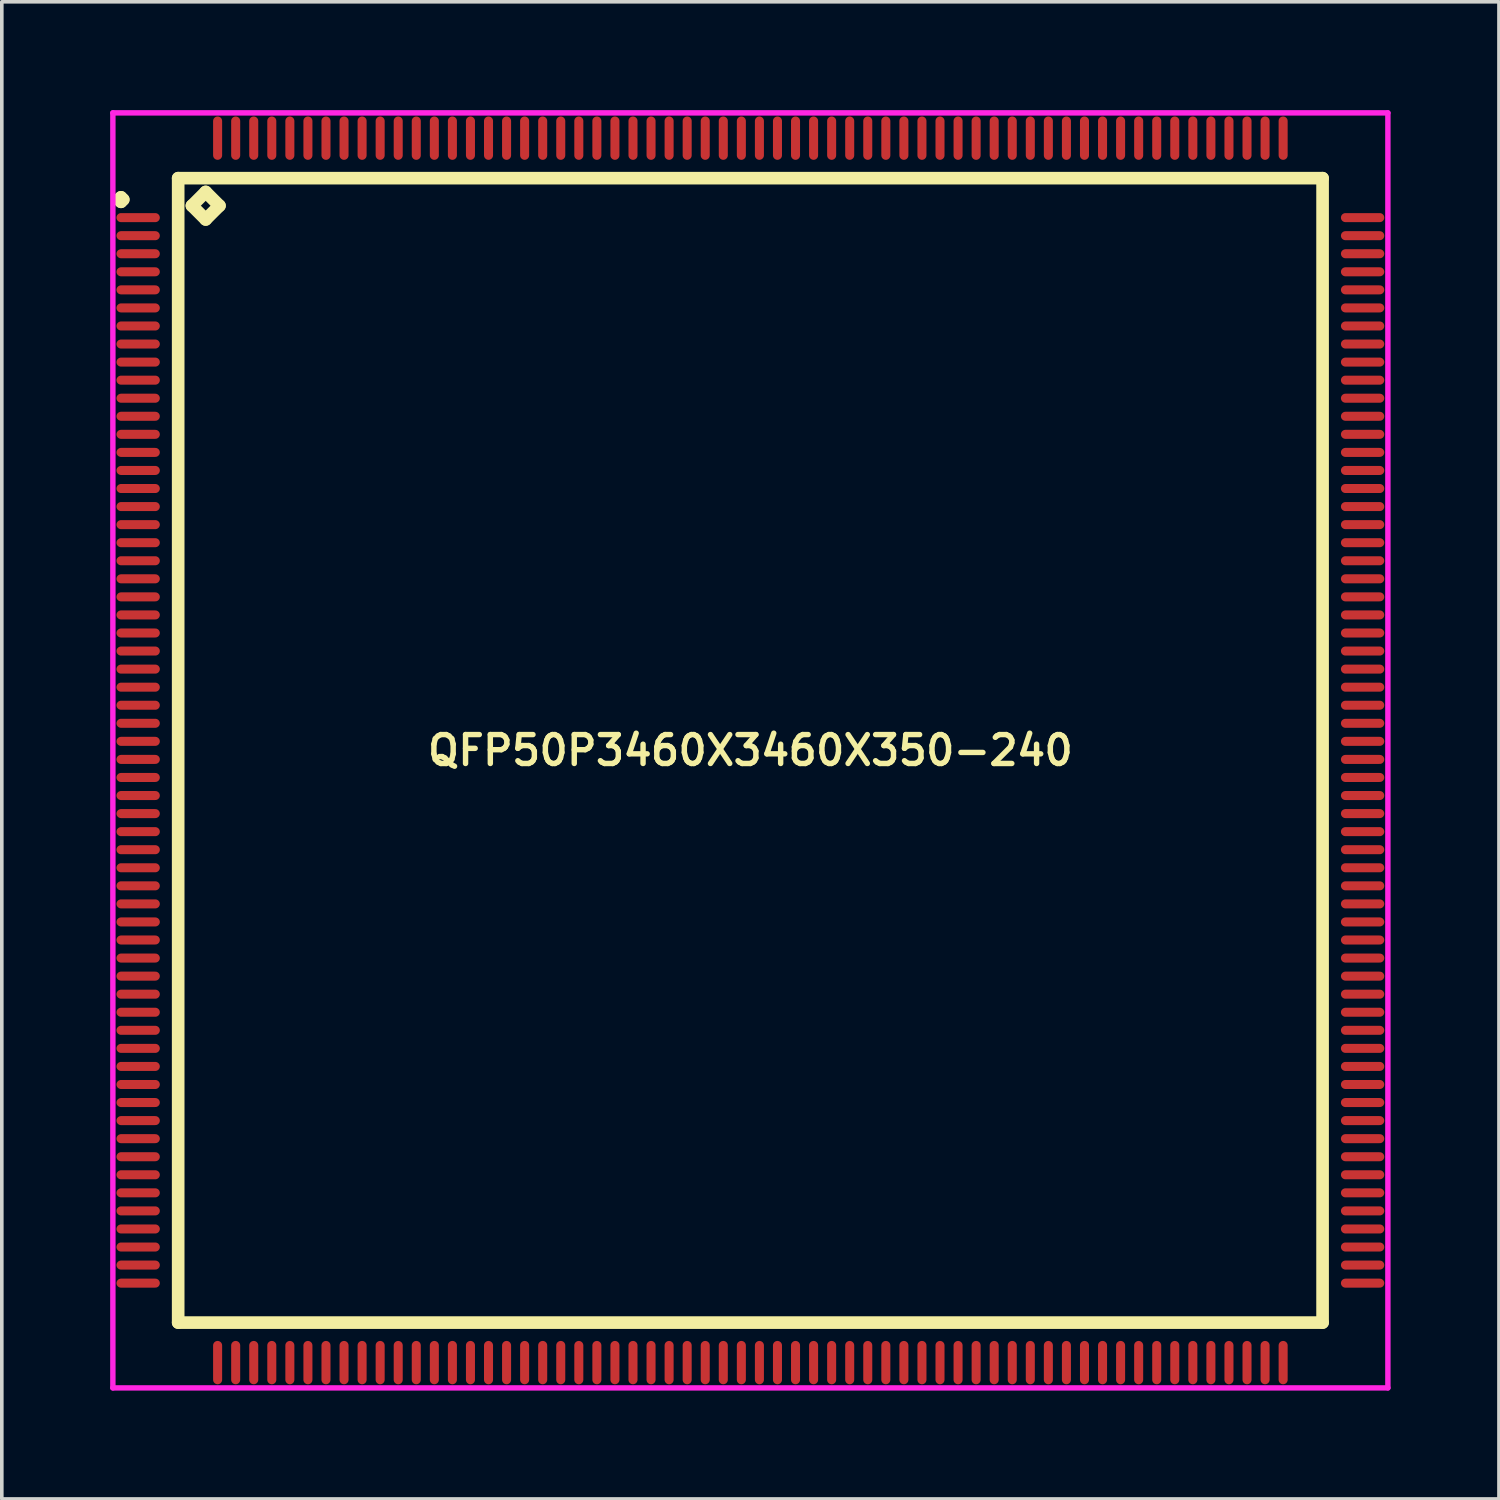
<source format=kicad_pcb>
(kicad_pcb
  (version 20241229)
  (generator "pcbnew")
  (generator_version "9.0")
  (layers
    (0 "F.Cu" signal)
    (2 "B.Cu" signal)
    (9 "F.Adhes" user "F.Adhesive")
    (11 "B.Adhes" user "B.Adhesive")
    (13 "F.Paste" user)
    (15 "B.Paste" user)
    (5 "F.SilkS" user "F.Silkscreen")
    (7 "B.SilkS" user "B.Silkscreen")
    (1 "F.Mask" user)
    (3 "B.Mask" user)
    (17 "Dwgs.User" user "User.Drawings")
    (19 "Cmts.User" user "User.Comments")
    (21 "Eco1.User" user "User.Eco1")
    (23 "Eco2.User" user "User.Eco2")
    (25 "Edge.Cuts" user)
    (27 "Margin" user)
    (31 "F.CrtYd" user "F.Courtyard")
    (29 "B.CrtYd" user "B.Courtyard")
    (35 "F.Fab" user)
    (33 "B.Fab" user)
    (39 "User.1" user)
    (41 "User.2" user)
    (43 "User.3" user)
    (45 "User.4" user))
  (footprint "QFP50P3460X3460X350-240"
    (layer "F.Cu")
    (at 17.725 17.725)
    (property "Reference" "QFP50P3460X3460X350-240" (at 0 0 0) (layer "F.SilkS") (effects (font (size 0.8 0.8) (thickness 0.15))))
    (attr smd)
    (fp_line (start -17.488 -15.25) (end -17.425 -15.312) (stroke (width 0.35) (type solid)) (layer "F.SilkS"))
    (fp_line (start -17.425 -15.312) (end -17.363 -15.25) (stroke (width 0.35) (type solid)) (layer "F.SilkS"))
    (fp_line (start -17.425 -15.188) (end -17.488 -15.25) (stroke (width 0.35) (type solid)) (layer "F.SilkS"))
    (fp_line (start -17.363 -15.25) (end -17.425 -15.188) (stroke (width 0.35) (type solid)) (layer "F.SilkS"))
    (fp_line (start -15.842 -15.842) (end -15.842 15.842) (stroke (width 0.35) (type solid)) (layer "F.SilkS"))
    (fp_line (start -15.842 15.842) (end 15.842 15.842) (stroke (width 0.35) (type solid)) (layer "F.SilkS"))
    (fp_line (start -15.461 -15.08) (end -15.08 -15.461) (stroke (width 0.35) (type solid)) (layer "F.SilkS"))
    (fp_line (start -15.08 -15.461) (end -14.699 -15.08) (stroke (width 0.35) (type solid)) (layer "F.SilkS"))
    (fp_line (start -15.08 -14.699) (end -15.461 -15.08) (stroke (width 0.35) (type solid)) (layer "F.SilkS"))
    (fp_line (start -14.699 -15.08) (end -15.08 -14.699) (stroke (width 0.35) (type solid)) (layer "F.SilkS"))
    (fp_line (start 15.842 -15.842) (end -15.842 -15.842) (stroke (width 0.35) (type solid)) (layer "F.SilkS"))
    (fp_line (start 15.842 15.842) (end 15.842 -15.842) (stroke (width 0.35) (type solid)) (layer "F.SilkS"))
    (fp_line (start -17.65 -17.65) (end 17.65 -17.65) (stroke (width 0.15) (type solid)) (layer "F.CrtYd"))
    (fp_line (start -17.65 17.65) (end -17.65 -17.65) (stroke (width 0.15) (type solid)) (layer "F.CrtYd"))
    (fp_line (start 17.65 -17.65) (end 17.65 17.65) (stroke (width 0.15) (type solid)) (layer "F.CrtYd"))
    (fp_line (start 17.65 17.65) (end -17.65 17.65) (stroke (width 0.15) (type solid)) (layer "F.CrtYd"))
    (pad "1" smd oval (at -16.95 -14.75) (size 1.2 0.25) (layers "F.Cu" "F.Mask" "F.Paste"))
    (pad "2" smd oval (at -16.95 -14.25) (size 1.2 0.25) (layers "F.Cu" "F.Mask" "F.Paste"))
    (pad "3" smd oval (at -16.95 -13.75) (size 1.2 0.25) (layers "F.Cu" "F.Mask" "F.Paste"))
    (pad "4" smd oval (at -16.95 -13.25) (size 1.2 0.25) (layers "F.Cu" "F.Mask" "F.Paste"))
    (pad "5" smd oval (at -16.95 -12.75) (size 1.2 0.25) (layers "F.Cu" "F.Mask" "F.Paste"))
    (pad "6" smd oval (at -16.95 -12.25) (size 1.2 0.25) (layers "F.Cu" "F.Mask" "F.Paste"))
    (pad "7" smd oval (at -16.95 -11.75) (size 1.2 0.25) (layers "F.Cu" "F.Mask" "F.Paste"))
    (pad "8" smd oval (at -16.95 -11.25) (size 1.2 0.25) (layers "F.Cu" "F.Mask" "F.Paste"))
    (pad "9" smd oval (at -16.95 -10.75) (size 1.2 0.25) (layers "F.Cu" "F.Mask" "F.Paste"))
    (pad "10" smd oval (at -16.95 -10.25) (size 1.2 0.25) (layers "F.Cu" "F.Mask" "F.Paste"))
    (pad "11" smd oval (at -16.95 -9.75) (size 1.2 0.25) (layers "F.Cu" "F.Mask" "F.Paste"))
    (pad "12" smd oval (at -16.95 -9.25) (size 1.2 0.25) (layers "F.Cu" "F.Mask" "F.Paste"))
    (pad "13" smd oval (at -16.95 -8.75) (size 1.2 0.25) (layers "F.Cu" "F.Mask" "F.Paste"))
    (pad "14" smd oval (at -16.95 -8.25) (size 1.2 0.25) (layers "F.Cu" "F.Mask" "F.Paste"))
    (pad "15" smd oval (at -16.95 -7.75) (size 1.2 0.25) (layers "F.Cu" "F.Mask" "F.Paste"))
    (pad "16" smd oval (at -16.95 -7.25) (size 1.2 0.25) (layers "F.Cu" "F.Mask" "F.Paste"))
    (pad "17" smd oval (at -16.95 -6.75) (size 1.2 0.25) (layers "F.Cu" "F.Mask" "F.Paste"))
    (pad "18" smd oval (at -16.95 -6.25) (size 1.2 0.25) (layers "F.Cu" "F.Mask" "F.Paste"))
    (pad "19" smd oval (at -16.95 -5.75) (size 1.2 0.25) (layers "F.Cu" "F.Mask" "F.Paste"))
    (pad "20" smd oval (at -16.95 -5.25) (size 1.2 0.25) (layers "F.Cu" "F.Mask" "F.Paste"))
    (pad "21" smd oval (at -16.95 -4.75) (size 1.2 0.25) (layers "F.Cu" "F.Mask" "F.Paste"))
    (pad "22" smd oval (at -16.95 -4.25) (size 1.2 0.25) (layers "F.Cu" "F.Mask" "F.Paste"))
    (pad "23" smd oval (at -16.95 -3.75) (size 1.2 0.25) (layers "F.Cu" "F.Mask" "F.Paste"))
    (pad "24" smd oval (at -16.95 -3.25) (size 1.2 0.25) (layers "F.Cu" "F.Mask" "F.Paste"))
    (pad "25" smd oval (at -16.95 -2.75) (size 1.2 0.25) (layers "F.Cu" "F.Mask" "F.Paste"))
    (pad "26" smd oval (at -16.95 -2.25) (size 1.2 0.25) (layers "F.Cu" "F.Mask" "F.Paste"))
    (pad "27" smd oval (at -16.95 -1.75) (size 1.2 0.25) (layers "F.Cu" "F.Mask" "F.Paste"))
    (pad "28" smd oval (at -16.95 -1.25) (size 1.2 0.25) (layers "F.Cu" "F.Mask" "F.Paste"))
    (pad "29" smd oval (at -16.95 -0.75) (size 1.2 0.25) (layers "F.Cu" "F.Mask" "F.Paste"))
    (pad "30" smd oval (at -16.95 -0.25) (size 1.2 0.25) (layers "F.Cu" "F.Mask" "F.Paste"))
    (pad "31" smd oval (at -16.95 0.25) (size 1.2 0.25) (layers "F.Cu" "F.Mask" "F.Paste"))
    (pad "32" smd oval (at -16.95 0.75) (size 1.2 0.25) (layers "F.Cu" "F.Mask" "F.Paste"))
    (pad "33" smd oval (at -16.95 1.25) (size 1.2 0.25) (layers "F.Cu" "F.Mask" "F.Paste"))
    (pad "34" smd oval (at -16.95 1.75) (size 1.2 0.25) (layers "F.Cu" "F.Mask" "F.Paste"))
    (pad "35" smd oval (at -16.95 2.25) (size 1.2 0.25) (layers "F.Cu" "F.Mask" "F.Paste"))
    (pad "36" smd oval (at -16.95 2.75) (size 1.2 0.25) (layers "F.Cu" "F.Mask" "F.Paste"))
    (pad "37" smd oval (at -16.95 3.25) (size 1.2 0.25) (layers "F.Cu" "F.Mask" "F.Paste"))
    (pad "38" smd oval (at -16.95 3.75) (size 1.2 0.25) (layers "F.Cu" "F.Mask" "F.Paste"))
    (pad "39" smd oval (at -16.95 4.25) (size 1.2 0.25) (layers "F.Cu" "F.Mask" "F.Paste"))
    (pad "40" smd oval (at -16.95 4.75) (size 1.2 0.25) (layers "F.Cu" "F.Mask" "F.Paste"))
    (pad "41" smd oval (at -16.95 5.25) (size 1.2 0.25) (layers "F.Cu" "F.Mask" "F.Paste"))
    (pad "42" smd oval (at -16.95 5.75) (size 1.2 0.25) (layers "F.Cu" "F.Mask" "F.Paste"))
    (pad "43" smd oval (at -16.95 6.25) (size 1.2 0.25) (layers "F.Cu" "F.Mask" "F.Paste"))
    (pad "44" smd oval (at -16.95 6.75) (size 1.2 0.25) (layers "F.Cu" "F.Mask" "F.Paste"))
    (pad "45" smd oval (at -16.95 7.25) (size 1.2 0.25) (layers "F.Cu" "F.Mask" "F.Paste"))
    (pad "46" smd oval (at -16.95 7.75) (size 1.2 0.25) (layers "F.Cu" "F.Mask" "F.Paste"))
    (pad "47" smd oval (at -16.95 8.25) (size 1.2 0.25) (layers "F.Cu" "F.Mask" "F.Paste"))
    (pad "48" smd oval (at -16.95 8.75) (size 1.2 0.25) (layers "F.Cu" "F.Mask" "F.Paste"))
    (pad "49" smd oval (at -16.95 9.25) (size 1.2 0.25) (layers "F.Cu" "F.Mask" "F.Paste"))
    (pad "50" smd oval (at -16.95 9.75) (size 1.2 0.25) (layers "F.Cu" "F.Mask" "F.Paste"))
    (pad "51" smd oval (at -16.95 10.25) (size 1.2 0.25) (layers "F.Cu" "F.Mask" "F.Paste"))
    (pad "52" smd oval (at -16.95 10.75) (size 1.2 0.25) (layers "F.Cu" "F.Mask" "F.Paste"))
    (pad "53" smd oval (at -16.95 11.25) (size 1.2 0.25) (layers "F.Cu" "F.Mask" "F.Paste"))
    (pad "54" smd oval (at -16.95 11.75) (size 1.2 0.25) (layers "F.Cu" "F.Mask" "F.Paste"))
    (pad "55" smd oval (at -16.95 12.25) (size 1.2 0.25) (layers "F.Cu" "F.Mask" "F.Paste"))
    (pad "56" smd oval (at -16.95 12.75) (size 1.2 0.25) (layers "F.Cu" "F.Mask" "F.Paste"))
    (pad "57" smd oval (at -16.95 13.25) (size 1.2 0.25) (layers "F.Cu" "F.Mask" "F.Paste"))
    (pad "58" smd oval (at -16.95 13.75) (size 1.2 0.25) (layers "F.Cu" "F.Mask" "F.Paste"))
    (pad "59" smd oval (at -16.95 14.25) (size 1.2 0.25) (layers "F.Cu" "F.Mask" "F.Paste"))
    (pad "60" smd oval (at -16.95 14.75) (size 1.2 0.25) (layers "F.Cu" "F.Mask" "F.Paste"))
    (pad "61" smd oval (at -14.75 16.95) (size 0.25 1.2) (layers "F.Cu" "F.Mask" "F.Paste"))
    (pad "62" smd oval (at -14.25 16.95) (size 0.25 1.2) (layers "F.Cu" "F.Mask" "F.Paste"))
    (pad "63" smd oval (at -13.75 16.95) (size 0.25 1.2) (layers "F.Cu" "F.Mask" "F.Paste"))
    (pad "64" smd oval (at -13.25 16.95) (size 0.25 1.2) (layers "F.Cu" "F.Mask" "F.Paste"))
    (pad "65" smd oval (at -12.75 16.95) (size 0.25 1.2) (layers "F.Cu" "F.Mask" "F.Paste"))
    (pad "66" smd oval (at -12.25 16.95) (size 0.25 1.2) (layers "F.Cu" "F.Mask" "F.Paste"))
    (pad "67" smd oval (at -11.75 16.95) (size 0.25 1.2) (layers "F.Cu" "F.Mask" "F.Paste"))
    (pad "68" smd oval (at -11.25 16.95) (size 0.25 1.2) (layers "F.Cu" "F.Mask" "F.Paste"))
    (pad "69" smd oval (at -10.75 16.95) (size 0.25 1.2) (layers "F.Cu" "F.Mask" "F.Paste"))
    (pad "70" smd oval (at -10.25 16.95) (size 0.25 1.2) (layers "F.Cu" "F.Mask" "F.Paste"))
    (pad "71" smd oval (at -9.75 16.95) (size 0.25 1.2) (layers "F.Cu" "F.Mask" "F.Paste"))
    (pad "72" smd oval (at -9.25 16.95) (size 0.25 1.2) (layers "F.Cu" "F.Mask" "F.Paste"))
    (pad "73" smd oval (at -8.75 16.95) (size 0.25 1.2) (layers "F.Cu" "F.Mask" "F.Paste"))
    (pad "74" smd oval (at -8.25 16.95) (size 0.25 1.2) (layers "F.Cu" "F.Mask" "F.Paste"))
    (pad "75" smd oval (at -7.75 16.95) (size 0.25 1.2) (layers "F.Cu" "F.Mask" "F.Paste"))
    (pad "76" smd oval (at -7.25 16.95) (size 0.25 1.2) (layers "F.Cu" "F.Mask" "F.Paste"))
    (pad "77" smd oval (at -6.75 16.95) (size 0.25 1.2) (layers "F.Cu" "F.Mask" "F.Paste"))
    (pad "78" smd oval (at -6.25 16.95) (size 0.25 1.2) (layers "F.Cu" "F.Mask" "F.Paste"))
    (pad "79" smd oval (at -5.75 16.95) (size 0.25 1.2) (layers "F.Cu" "F.Mask" "F.Paste"))
    (pad "80" smd oval (at -5.25 16.95) (size 0.25 1.2) (layers "F.Cu" "F.Mask" "F.Paste"))
    (pad "81" smd oval (at -4.75 16.95) (size 0.25 1.2) (layers "F.Cu" "F.Mask" "F.Paste"))
    (pad "82" smd oval (at -4.25 16.95) (size 0.25 1.2) (layers "F.Cu" "F.Mask" "F.Paste"))
    (pad "83" smd oval (at -3.75 16.95) (size 0.25 1.2) (layers "F.Cu" "F.Mask" "F.Paste"))
    (pad "84" smd oval (at -3.25 16.95) (size 0.25 1.2) (layers "F.Cu" "F.Mask" "F.Paste"))
    (pad "85" smd oval (at -2.75 16.95) (size 0.25 1.2) (layers "F.Cu" "F.Mask" "F.Paste"))
    (pad "86" smd oval (at -2.25 16.95) (size 0.25 1.2) (layers "F.Cu" "F.Mask" "F.Paste"))
    (pad "87" smd oval (at -1.75 16.95) (size 0.25 1.2) (layers "F.Cu" "F.Mask" "F.Paste"))
    (pad "88" smd oval (at -1.25 16.95) (size 0.25 1.2) (layers "F.Cu" "F.Mask" "F.Paste"))
    (pad "89" smd oval (at -0.75 16.95) (size 0.25 1.2) (layers "F.Cu" "F.Mask" "F.Paste"))
    (pad "90" smd oval (at -0.25 16.95) (size 0.25 1.2) (layers "F.Cu" "F.Mask" "F.Paste"))
    (pad "91" smd oval (at 0.25 16.95) (size 0.25 1.2) (layers "F.Cu" "F.Mask" "F.Paste"))
    (pad "92" smd oval (at 0.75 16.95) (size 0.25 1.2) (layers "F.Cu" "F.Mask" "F.Paste"))
    (pad "93" smd oval (at 1.25 16.95) (size 0.25 1.2) (layers "F.Cu" "F.Mask" "F.Paste"))
    (pad "94" smd oval (at 1.75 16.95) (size 0.25 1.2) (layers "F.Cu" "F.Mask" "F.Paste"))
    (pad "95" smd oval (at 2.25 16.95) (size 0.25 1.2) (layers "F.Cu" "F.Mask" "F.Paste"))
    (pad "96" smd oval (at 2.75 16.95) (size 0.25 1.2) (layers "F.Cu" "F.Mask" "F.Paste"))
    (pad "97" smd oval (at 3.25 16.95) (size 0.25 1.2) (layers "F.Cu" "F.Mask" "F.Paste"))
    (pad "98" smd oval (at 3.75 16.95) (size 0.25 1.2) (layers "F.Cu" "F.Mask" "F.Paste"))
    (pad "99" smd oval (at 4.25 16.95) (size 0.25 1.2) (layers "F.Cu" "F.Mask" "F.Paste"))
    (pad "100" smd oval (at 4.75 16.95) (size 0.25 1.2) (layers "F.Cu" "F.Mask" "F.Paste"))
    (pad "101" smd oval (at 5.25 16.95) (size 0.25 1.2) (layers "F.Cu" "F.Mask" "F.Paste"))
    (pad "102" smd oval (at 5.75 16.95) (size 0.25 1.2) (layers "F.Cu" "F.Mask" "F.Paste"))
    (pad "103" smd oval (at 6.25 16.95) (size 0.25 1.2) (layers "F.Cu" "F.Mask" "F.Paste"))
    (pad "104" smd oval (at 6.75 16.95) (size 0.25 1.2) (layers "F.Cu" "F.Mask" "F.Paste"))
    (pad "105" smd oval (at 7.25 16.95) (size 0.25 1.2) (layers "F.Cu" "F.Mask" "F.Paste"))
    (pad "106" smd oval (at 7.75 16.95) (size 0.25 1.2) (layers "F.Cu" "F.Mask" "F.Paste"))
    (pad "107" smd oval (at 8.25 16.95) (size 0.25 1.2) (layers "F.Cu" "F.Mask" "F.Paste"))
    (pad "108" smd oval (at 8.75 16.95) (size 0.25 1.2) (layers "F.Cu" "F.Mask" "F.Paste"))
    (pad "109" smd oval (at 9.25 16.95) (size 0.25 1.2) (layers "F.Cu" "F.Mask" "F.Paste"))
    (pad "110" smd oval (at 9.75 16.95) (size 0.25 1.2) (layers "F.Cu" "F.Mask" "F.Paste"))
    (pad "111" smd oval (at 10.25 16.95) (size 0.25 1.2) (layers "F.Cu" "F.Mask" "F.Paste"))
    (pad "112" smd oval (at 10.75 16.95) (size 0.25 1.2) (layers "F.Cu" "F.Mask" "F.Paste"))
    (pad "113" smd oval (at 11.25 16.95) (size 0.25 1.2) (layers "F.Cu" "F.Mask" "F.Paste"))
    (pad "114" smd oval (at 11.75 16.95) (size 0.25 1.2) (layers "F.Cu" "F.Mask" "F.Paste"))
    (pad "115" smd oval (at 12.25 16.95) (size 0.25 1.2) (layers "F.Cu" "F.Mask" "F.Paste"))
    (pad "116" smd oval (at 12.75 16.95) (size 0.25 1.2) (layers "F.Cu" "F.Mask" "F.Paste"))
    (pad "117" smd oval (at 13.25 16.95) (size 0.25 1.2) (layers "F.Cu" "F.Mask" "F.Paste"))
    (pad "118" smd oval (at 13.75 16.95) (size 0.25 1.2) (layers "F.Cu" "F.Mask" "F.Paste"))
    (pad "119" smd oval (at 14.25 16.95) (size 0.25 1.2) (layers "F.Cu" "F.Mask" "F.Paste"))
    (pad "120" smd oval (at 14.75 16.95) (size 0.25 1.2) (layers "F.Cu" "F.Mask" "F.Paste"))
    (pad "121" smd oval (at 16.95 14.75) (size 1.2 0.25) (layers "F.Cu" "F.Mask" "F.Paste"))
    (pad "122" smd oval (at 16.95 14.25) (size 1.2 0.25) (layers "F.Cu" "F.Mask" "F.Paste"))
    (pad "123" smd oval (at 16.95 13.75) (size 1.2 0.25) (layers "F.Cu" "F.Mask" "F.Paste"))
    (pad "124" smd oval (at 16.95 13.25) (size 1.2 0.25) (layers "F.Cu" "F.Mask" "F.Paste"))
    (pad "125" smd oval (at 16.95 12.75) (size 1.2 0.25) (layers "F.Cu" "F.Mask" "F.Paste"))
    (pad "126" smd oval (at 16.95 12.25) (size 1.2 0.25) (layers "F.Cu" "F.Mask" "F.Paste"))
    (pad "127" smd oval (at 16.95 11.75) (size 1.2 0.25) (layers "F.Cu" "F.Mask" "F.Paste"))
    (pad "128" smd oval (at 16.95 11.25) (size 1.2 0.25) (layers "F.Cu" "F.Mask" "F.Paste"))
    (pad "129" smd oval (at 16.95 10.75) (size 1.2 0.25) (layers "F.Cu" "F.Mask" "F.Paste"))
    (pad "130" smd oval (at 16.95 10.25) (size 1.2 0.25) (layers "F.Cu" "F.Mask" "F.Paste"))
    (pad "131" smd oval (at 16.95 9.75) (size 1.2 0.25) (layers "F.Cu" "F.Mask" "F.Paste"))
    (pad "132" smd oval (at 16.95 9.25) (size 1.2 0.25) (layers "F.Cu" "F.Mask" "F.Paste"))
    (pad "133" smd oval (at 16.95 8.75) (size 1.2 0.25) (layers "F.Cu" "F.Mask" "F.Paste"))
    (pad "134" smd oval (at 16.95 8.25) (size 1.2 0.25) (layers "F.Cu" "F.Mask" "F.Paste"))
    (pad "135" smd oval (at 16.95 7.75) (size 1.2 0.25) (layers "F.Cu" "F.Mask" "F.Paste"))
    (pad "136" smd oval (at 16.95 7.25) (size 1.2 0.25) (layers "F.Cu" "F.Mask" "F.Paste"))
    (pad "137" smd oval (at 16.95 6.75) (size 1.2 0.25) (layers "F.Cu" "F.Mask" "F.Paste"))
    (pad "138" smd oval (at 16.95 6.25) (size 1.2 0.25) (layers "F.Cu" "F.Mask" "F.Paste"))
    (pad "139" smd oval (at 16.95 5.75) (size 1.2 0.25) (layers "F.Cu" "F.Mask" "F.Paste"))
    (pad "140" smd oval (at 16.95 5.25) (size 1.2 0.25) (layers "F.Cu" "F.Mask" "F.Paste"))
    (pad "141" smd oval (at 16.95 4.75) (size 1.2 0.25) (layers "F.Cu" "F.Mask" "F.Paste"))
    (pad "142" smd oval (at 16.95 4.25) (size 1.2 0.25) (layers "F.Cu" "F.Mask" "F.Paste"))
    (pad "143" smd oval (at 16.95 3.75) (size 1.2 0.25) (layers "F.Cu" "F.Mask" "F.Paste"))
    (pad "144" smd oval (at 16.95 3.25) (size 1.2 0.25) (layers "F.Cu" "F.Mask" "F.Paste"))
    (pad "145" smd oval (at 16.95 2.75) (size 1.2 0.25) (layers "F.Cu" "F.Mask" "F.Paste"))
    (pad "146" smd oval (at 16.95 2.25) (size 1.2 0.25) (layers "F.Cu" "F.Mask" "F.Paste"))
    (pad "147" smd oval (at 16.95 1.75) (size 1.2 0.25) (layers "F.Cu" "F.Mask" "F.Paste"))
    (pad "148" smd oval (at 16.95 1.25) (size 1.2 0.25) (layers "F.Cu" "F.Mask" "F.Paste"))
    (pad "149" smd oval (at 16.95 0.75) (size 1.2 0.25) (layers "F.Cu" "F.Mask" "F.Paste"))
    (pad "150" smd oval (at 16.95 0.25) (size 1.2 0.25) (layers "F.Cu" "F.Mask" "F.Paste"))
    (pad "151" smd oval (at 16.95 -0.25) (size 1.2 0.25) (layers "F.Cu" "F.Mask" "F.Paste"))
    (pad "152" smd oval (at 16.95 -0.75) (size 1.2 0.25) (layers "F.Cu" "F.Mask" "F.Paste"))
    (pad "153" smd oval (at 16.95 -1.25) (size 1.2 0.25) (layers "F.Cu" "F.Mask" "F.Paste"))
    (pad "154" smd oval (at 16.95 -1.75) (size 1.2 0.25) (layers "F.Cu" "F.Mask" "F.Paste"))
    (pad "155" smd oval (at 16.95 -2.25) (size 1.2 0.25) (layers "F.Cu" "F.Mask" "F.Paste"))
    (pad "156" smd oval (at 16.95 -2.75) (size 1.2 0.25) (layers "F.Cu" "F.Mask" "F.Paste"))
    (pad "157" smd oval (at 16.95 -3.25) (size 1.2 0.25) (layers "F.Cu" "F.Mask" "F.Paste"))
    (pad "158" smd oval (at 16.95 -3.75) (size 1.2 0.25) (layers "F.Cu" "F.Mask" "F.Paste"))
    (pad "159" smd oval (at 16.95 -4.25) (size 1.2 0.25) (layers "F.Cu" "F.Mask" "F.Paste"))
    (pad "160" smd oval (at 16.95 -4.75) (size 1.2 0.25) (layers "F.Cu" "F.Mask" "F.Paste"))
    (pad "161" smd oval (at 16.95 -5.25) (size 1.2 0.25) (layers "F.Cu" "F.Mask" "F.Paste"))
    (pad "162" smd oval (at 16.95 -5.75) (size 1.2 0.25) (layers "F.Cu" "F.Mask" "F.Paste"))
    (pad "163" smd oval (at 16.95 -6.25) (size 1.2 0.25) (layers "F.Cu" "F.Mask" "F.Paste"))
    (pad "164" smd oval (at 16.95 -6.75) (size 1.2 0.25) (layers "F.Cu" "F.Mask" "F.Paste"))
    (pad "165" smd oval (at 16.95 -7.25) (size 1.2 0.25) (layers "F.Cu" "F.Mask" "F.Paste"))
    (pad "166" smd oval (at 16.95 -7.75) (size 1.2 0.25) (layers "F.Cu" "F.Mask" "F.Paste"))
    (pad "167" smd oval (at 16.95 -8.25) (size 1.2 0.25) (layers "F.Cu" "F.Mask" "F.Paste"))
    (pad "168" smd oval (at 16.95 -8.75) (size 1.2 0.25) (layers "F.Cu" "F.Mask" "F.Paste"))
    (pad "169" smd oval (at 16.95 -9.25) (size 1.2 0.25) (layers "F.Cu" "F.Mask" "F.Paste"))
    (pad "170" smd oval (at 16.95 -9.75) (size 1.2 0.25) (layers "F.Cu" "F.Mask" "F.Paste"))
    (pad "171" smd oval (at 16.95 -10.25) (size 1.2 0.25) (layers "F.Cu" "F.Mask" "F.Paste"))
    (pad "172" smd oval (at 16.95 -10.75) (size 1.2 0.25) (layers "F.Cu" "F.Mask" "F.Paste"))
    (pad "173" smd oval (at 16.95 -11.25) (size 1.2 0.25) (layers "F.Cu" "F.Mask" "F.Paste"))
    (pad "174" smd oval (at 16.95 -11.75) (size 1.2 0.25) (layers "F.Cu" "F.Mask" "F.Paste"))
    (pad "175" smd oval (at 16.95 -12.25) (size 1.2 0.25) (layers "F.Cu" "F.Mask" "F.Paste"))
    (pad "176" smd oval (at 16.95 -12.75) (size 1.2 0.25) (layers "F.Cu" "F.Mask" "F.Paste"))
    (pad "177" smd oval (at 16.95 -13.25) (size 1.2 0.25) (layers "F.Cu" "F.Mask" "F.Paste"))
    (pad "178" smd oval (at 16.95 -13.75) (size 1.2 0.25) (layers "F.Cu" "F.Mask" "F.Paste"))
    (pad "179" smd oval (at 16.95 -14.25) (size 1.2 0.25) (layers "F.Cu" "F.Mask" "F.Paste"))
    (pad "180" smd oval (at 16.95 -14.75) (size 1.2 0.25) (layers "F.Cu" "F.Mask" "F.Paste"))
    (pad "181" smd oval (at 14.75 -16.95) (size 0.25 1.2) (layers "F.Cu" "F.Mask" "F.Paste"))
    (pad "182" smd oval (at 14.25 -16.95) (size 0.25 1.2) (layers "F.Cu" "F.Mask" "F.Paste"))
    (pad "183" smd oval (at 13.75 -16.95) (size 0.25 1.2) (layers "F.Cu" "F.Mask" "F.Paste"))
    (pad "184" smd oval (at 13.25 -16.95) (size 0.25 1.2) (layers "F.Cu" "F.Mask" "F.Paste"))
    (pad "185" smd oval (at 12.75 -16.95) (size 0.25 1.2) (layers "F.Cu" "F.Mask" "F.Paste"))
    (pad "186" smd oval (at 12.25 -16.95) (size 0.25 1.2) (layers "F.Cu" "F.Mask" "F.Paste"))
    (pad "187" smd oval (at 11.75 -16.95) (size 0.25 1.2) (layers "F.Cu" "F.Mask" "F.Paste"))
    (pad "188" smd oval (at 11.25 -16.95) (size 0.25 1.2) (layers "F.Cu" "F.Mask" "F.Paste"))
    (pad "189" smd oval (at 10.75 -16.95) (size 0.25 1.2) (layers "F.Cu" "F.Mask" "F.Paste"))
    (pad "190" smd oval (at 10.25 -16.95) (size 0.25 1.2) (layers "F.Cu" "F.Mask" "F.Paste"))
    (pad "191" smd oval (at 9.75 -16.95) (size 0.25 1.2) (layers "F.Cu" "F.Mask" "F.Paste"))
    (pad "192" smd oval (at 9.25 -16.95) (size 0.25 1.2) (layers "F.Cu" "F.Mask" "F.Paste"))
    (pad "193" smd oval (at 8.75 -16.95) (size 0.25 1.2) (layers "F.Cu" "F.Mask" "F.Paste"))
    (pad "194" smd oval (at 8.25 -16.95) (size 0.25 1.2) (layers "F.Cu" "F.Mask" "F.Paste"))
    (pad "195" smd oval (at 7.75 -16.95) (size 0.25 1.2) (layers "F.Cu" "F.Mask" "F.Paste"))
    (pad "196" smd oval (at 7.25 -16.95) (size 0.25 1.2) (layers "F.Cu" "F.Mask" "F.Paste"))
    (pad "197" smd oval (at 6.75 -16.95) (size 0.25 1.2) (layers "F.Cu" "F.Mask" "F.Paste"))
    (pad "198" smd oval (at 6.25 -16.95) (size 0.25 1.2) (layers "F.Cu" "F.Mask" "F.Paste"))
    (pad "199" smd oval (at 5.75 -16.95) (size 0.25 1.2) (layers "F.Cu" "F.Mask" "F.Paste"))
    (pad "200" smd oval (at 5.25 -16.95) (size 0.25 1.2) (layers "F.Cu" "F.Mask" "F.Paste"))
    (pad "201" smd oval (at 4.75 -16.95) (size 0.25 1.2) (layers "F.Cu" "F.Mask" "F.Paste"))
    (pad "202" smd oval (at 4.25 -16.95) (size 0.25 1.2) (layers "F.Cu" "F.Mask" "F.Paste"))
    (pad "203" smd oval (at 3.75 -16.95) (size 0.25 1.2) (layers "F.Cu" "F.Mask" "F.Paste"))
    (pad "204" smd oval (at 3.25 -16.95) (size 0.25 1.2) (layers "F.Cu" "F.Mask" "F.Paste"))
    (pad "205" smd oval (at 2.75 -16.95) (size 0.25 1.2) (layers "F.Cu" "F.Mask" "F.Paste"))
    (pad "206" smd oval (at 2.25 -16.95) (size 0.25 1.2) (layers "F.Cu" "F.Mask" "F.Paste"))
    (pad "207" smd oval (at 1.75 -16.95) (size 0.25 1.2) (layers "F.Cu" "F.Mask" "F.Paste"))
    (pad "208" smd oval (at 1.25 -16.95) (size 0.25 1.2) (layers "F.Cu" "F.Mask" "F.Paste"))
    (pad "209" smd oval (at 0.75 -16.95) (size 0.25 1.2) (layers "F.Cu" "F.Mask" "F.Paste"))
    (pad "210" smd oval (at 0.25 -16.95) (size 0.25 1.2) (layers "F.Cu" "F.Mask" "F.Paste"))
    (pad "211" smd oval (at -0.25 -16.95) (size 0.25 1.2) (layers "F.Cu" "F.Mask" "F.Paste"))
    (pad "212" smd oval (at -0.75 -16.95) (size 0.25 1.2) (layers "F.Cu" "F.Mask" "F.Paste"))
    (pad "213" smd oval (at -1.25 -16.95) (size 0.25 1.2) (layers "F.Cu" "F.Mask" "F.Paste"))
    (pad "214" smd oval (at -1.75 -16.95) (size 0.25 1.2) (layers "F.Cu" "F.Mask" "F.Paste"))
    (pad "215" smd oval (at -2.25 -16.95) (size 0.25 1.2) (layers "F.Cu" "F.Mask" "F.Paste"))
    (pad "216" smd oval (at -2.75 -16.95) (size 0.25 1.2) (layers "F.Cu" "F.Mask" "F.Paste"))
    (pad "217" smd oval (at -3.25 -16.95) (size 0.25 1.2) (layers "F.Cu" "F.Mask" "F.Paste"))
    (pad "218" smd oval (at -3.75 -16.95) (size 0.25 1.2) (layers "F.Cu" "F.Mask" "F.Paste"))
    (pad "219" smd oval (at -4.25 -16.95) (size 0.25 1.2) (layers "F.Cu" "F.Mask" "F.Paste"))
    (pad "220" smd oval (at -4.75 -16.95) (size 0.25 1.2) (layers "F.Cu" "F.Mask" "F.Paste"))
    (pad "221" smd oval (at -5.25 -16.95) (size 0.25 1.2) (layers "F.Cu" "F.Mask" "F.Paste"))
    (pad "222" smd oval (at -5.75 -16.95) (size 0.25 1.2) (layers "F.Cu" "F.Mask" "F.Paste"))
    (pad "223" smd oval (at -6.25 -16.95) (size 0.25 1.2) (layers "F.Cu" "F.Mask" "F.Paste"))
    (pad "224" smd oval (at -6.75 -16.95) (size 0.25 1.2) (layers "F.Cu" "F.Mask" "F.Paste"))
    (pad "225" smd oval (at -7.25 -16.95) (size 0.25 1.2) (layers "F.Cu" "F.Mask" "F.Paste"))
    (pad "226" smd oval (at -7.75 -16.95) (size 0.25 1.2) (layers "F.Cu" "F.Mask" "F.Paste"))
    (pad "227" smd oval (at -8.25 -16.95) (size 0.25 1.2) (layers "F.Cu" "F.Mask" "F.Paste"))
    (pad "228" smd oval (at -8.75 -16.95) (size 0.25 1.2) (layers "F.Cu" "F.Mask" "F.Paste"))
    (pad "229" smd oval (at -9.25 -16.95) (size 0.25 1.2) (layers "F.Cu" "F.Mask" "F.Paste"))
    (pad "230" smd oval (at -9.75 -16.95) (size 0.25 1.2) (layers "F.Cu" "F.Mask" "F.Paste"))
    (pad "231" smd oval (at -10.25 -16.95) (size 0.25 1.2) (layers "F.Cu" "F.Mask" "F.Paste"))
    (pad "232" smd oval (at -10.75 -16.95) (size 0.25 1.2) (layers "F.Cu" "F.Mask" "F.Paste"))
    (pad "233" smd oval (at -11.25 -16.95) (size 0.25 1.2) (layers "F.Cu" "F.Mask" "F.Paste"))
    (pad "234" smd oval (at -11.75 -16.95) (size 0.25 1.2) (layers "F.Cu" "F.Mask" "F.Paste"))
    (pad "235" smd oval (at -12.25 -16.95) (size 0.25 1.2) (layers "F.Cu" "F.Mask" "F.Paste"))
    (pad "236" smd oval (at -12.75 -16.95) (size 0.25 1.2) (layers "F.Cu" "F.Mask" "F.Paste"))
    (pad "237" smd oval (at -13.25 -16.95) (size 0.25 1.2) (layers "F.Cu" "F.Mask" "F.Paste"))
    (pad "238" smd oval (at -13.75 -16.95) (size 0.25 1.2) (layers "F.Cu" "F.Mask" "F.Paste"))
    (pad "239" smd oval (at -14.25 -16.95) (size 0.25 1.2) (layers "F.Cu" "F.Mask" "F.Paste"))
    (pad "240" smd oval (at -14.75 -16.95) (size 0.25 1.2) (layers "F.Cu" "F.Mask" "F.Paste")))
  (gr_rect
    (start -3 -3)
    (end 38.45 38.45)
    (stroke (width 0.1) (type default))
    (fill no)
    (layer "Edge.Cuts")))
</source>
